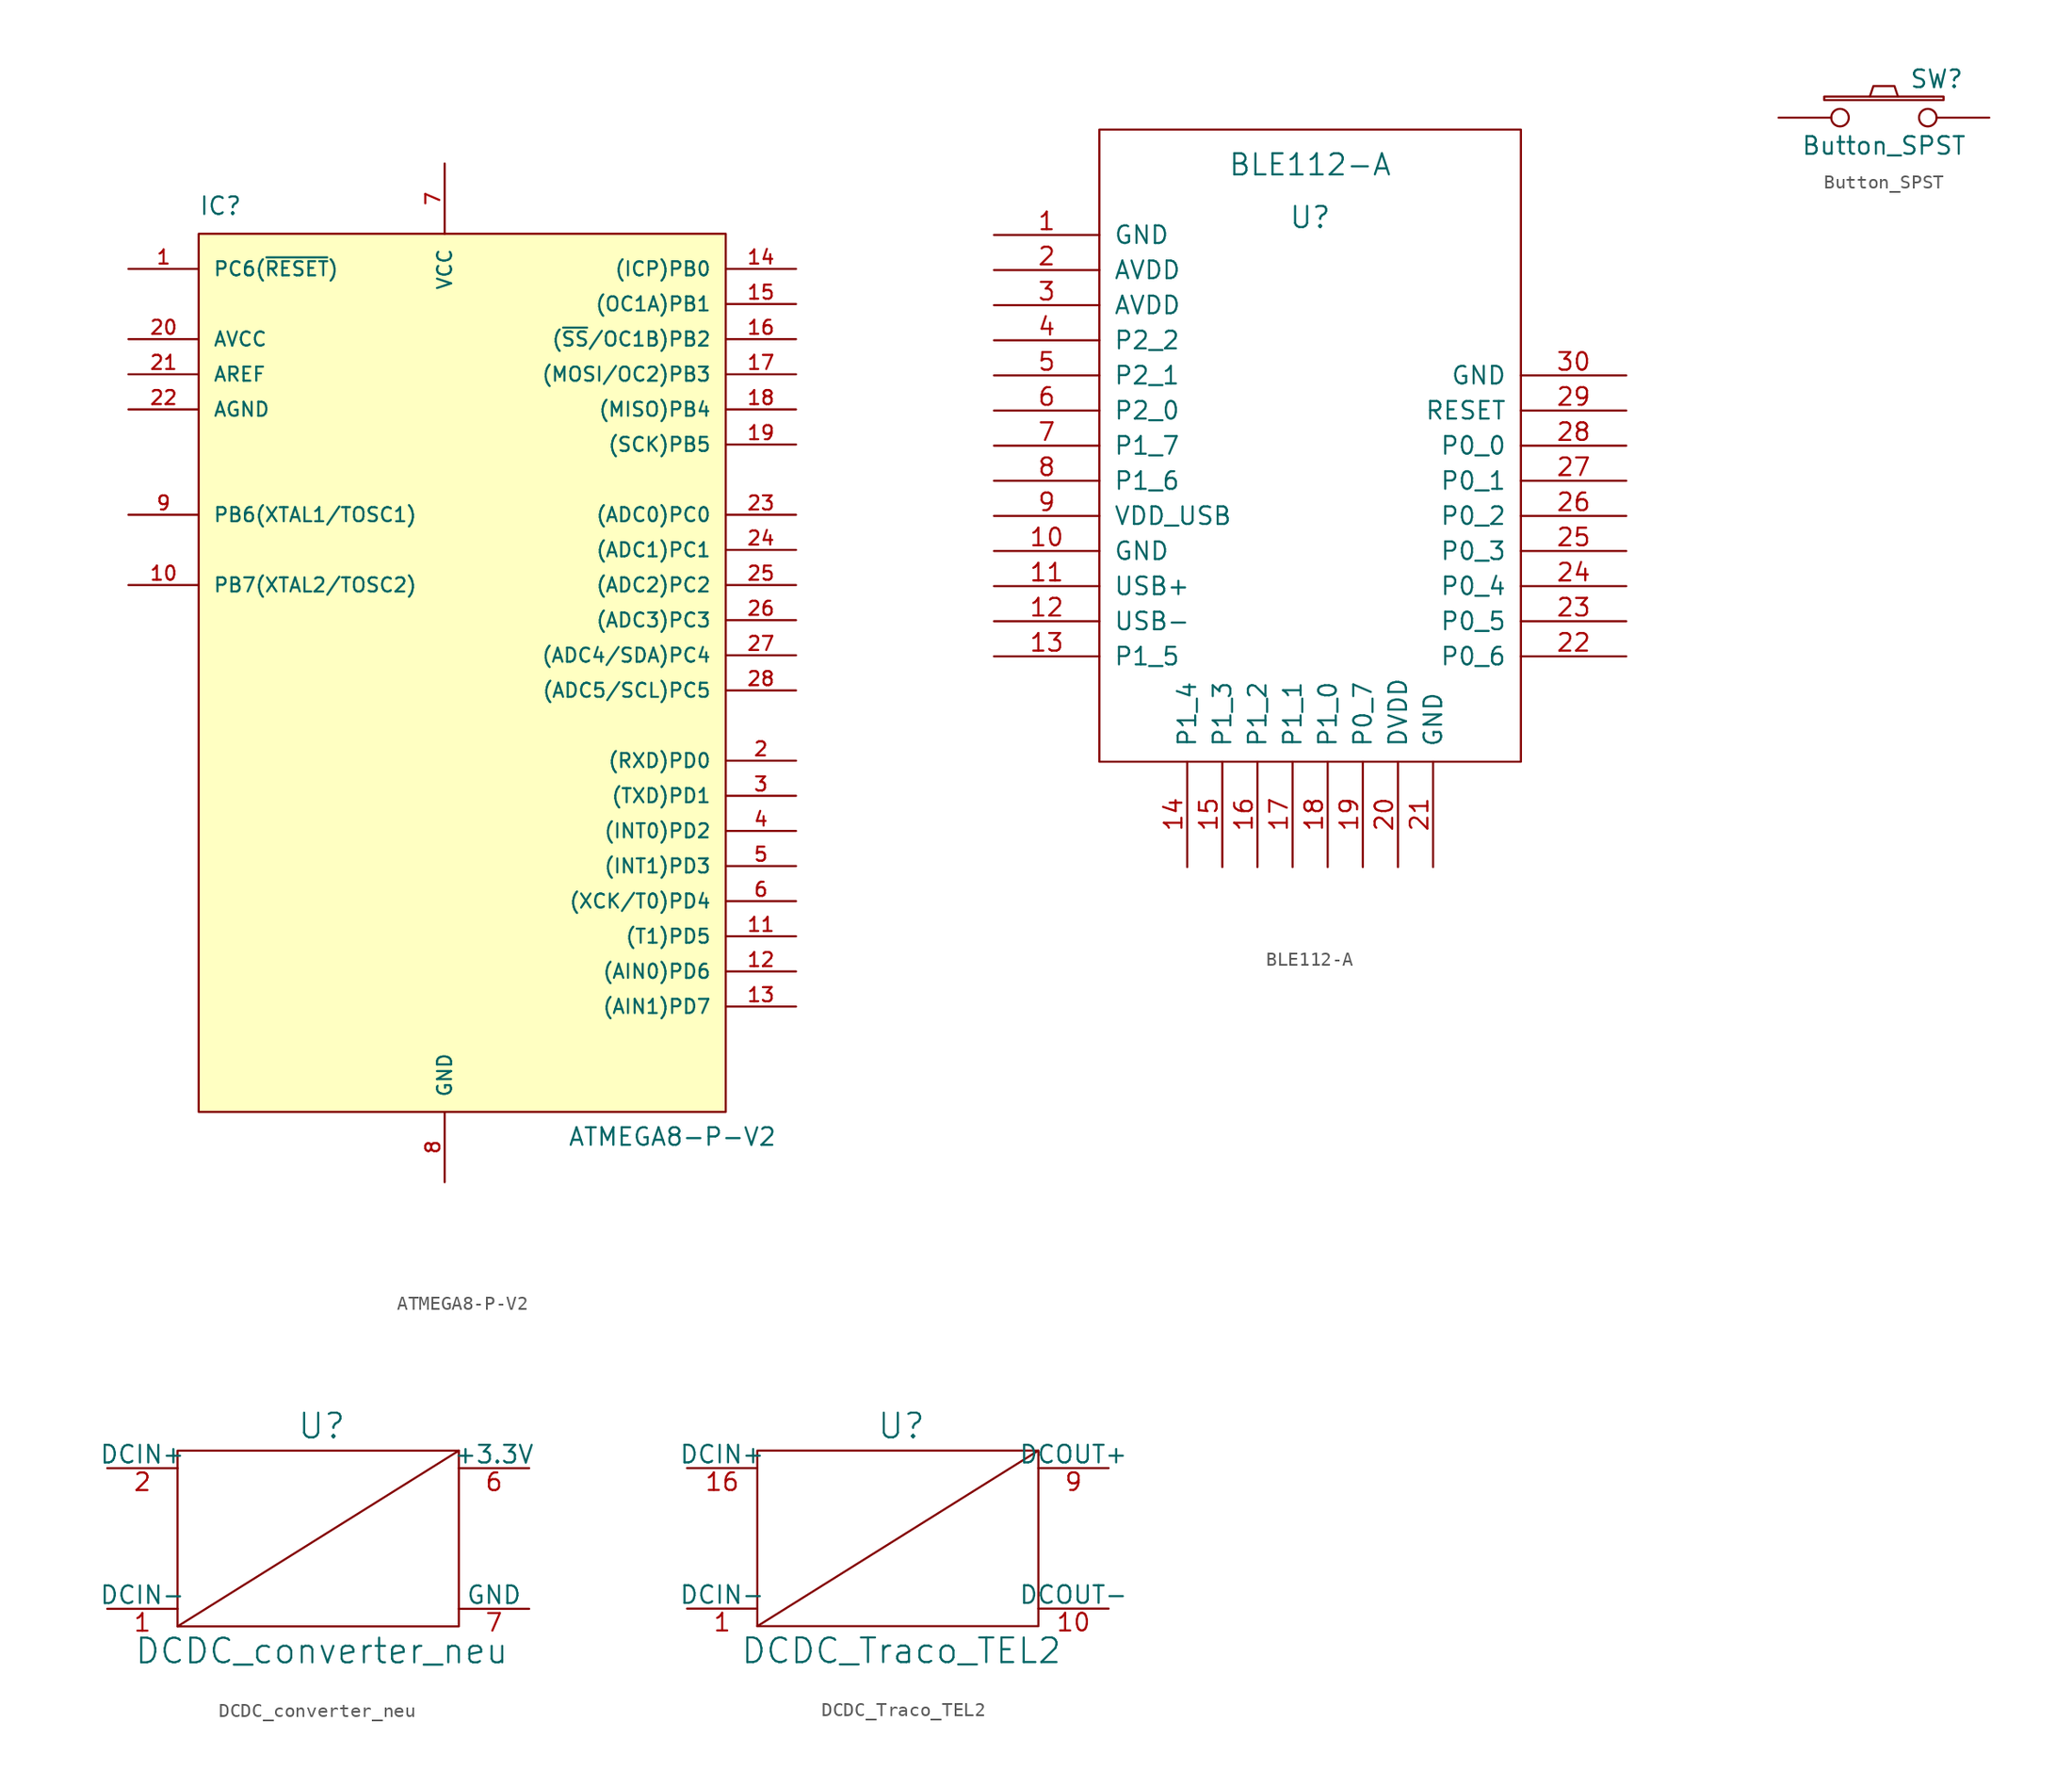
<source format=kicad_sym>
(kicad_symbol_lib
  (version 20220914)
  (generator kicad_symbol_editor)
  (symbol "ATMEGA8-P-V2"
    (pin_names
      (offset 1.016))
    (property "Reference" "IC"
      (at -17.78 31.75 0)
      (effects (font (size 1.27 1.27)) (justify left bottom)))
    (property "Value" "ATMEGA8-P-V2"
      (at 8.89 -35.56 0)
      (effects (font (size 1.27 1.27)) (justify left bottom)))
    (symbol "ATMEGA8-P-V2_0_1"
      (rectangle (start -17.78 30.48) (end 20.32 -33.02) (stroke (width 0) (type solid)) (fill (type background))))
    (symbol "ATMEGA8-P-V2_1_1"
      (pin bidirectional line (at -22.86 27.94 0) (length 5.08) (name "PC6(~{RESET})" (effects (font (size 1.016 1.016)))) (number "1" (effects (font (size 1.016 1.016)))))
      (pin bidirectional line (at -22.86 5.08 0) (length 5.08) (name "PB7(XTAL2/TOSC2)" (effects (font (size 1.016 1.016)))) (number "10" (effects (font (size 1.016 1.016)))))
      (pin bidirectional line (at 25.4 -20.32 180) (length 5.08) (name "(T1)PD5" (effects (font (size 1.016 1.016)))) (number "11" (effects (font (size 1.016 1.016)))))
      (pin bidirectional line (at 25.4 -22.86 180) (length 5.08) (name "(AIN0)PD6" (effects (font (size 1.016 1.016)))) (number "12" (effects (font (size 1.016 1.016)))))
      (pin bidirectional line (at 25.4 -25.4 180) (length 5.08) (name "(AIN1)PD7" (effects (font (size 1.016 1.016)))) (number "13" (effects (font (size 1.016 1.016)))))
      (pin bidirectional line (at 25.4 27.94 180) (length 5.08) (name "(ICP)PB0" (effects (font (size 1.016 1.016)))) (number "14" (effects (font (size 1.016 1.016)))))
      (pin bidirectional line (at 25.4 25.4 180) (length 5.08) (name "(OC1A)PB1" (effects (font (size 1.016 1.016)))) (number "15" (effects (font (size 1.016 1.016)))))
      (pin bidirectional line (at 25.4 22.86 180) (length 5.08) (name "(~{SS}/OC1B)PB2" (effects (font (size 1.016 1.016)))) (number "16" (effects (font (size 1.016 1.016)))))
      (pin bidirectional line (at 25.4 20.32 180) (length 5.08) (name "(MOSI/OC2)PB3" (effects (font (size 1.016 1.016)))) (number "17" (effects (font (size 1.016 1.016)))))
      (pin bidirectional line (at 25.4 17.78 180) (length 5.08) (name "(MISO)PB4" (effects (font (size 1.016 1.016)))) (number "18" (effects (font (size 1.016 1.016)))))
      (pin bidirectional line (at 25.4 15.24 180) (length 5.08) (name "(SCK)PB5" (effects (font (size 1.016 1.016)))) (number "19" (effects (font (size 1.016 1.016)))))
      (pin bidirectional line (at 25.4 -7.62 180) (length 5.08) (name "(RXD)PD0" (effects (font (size 1.016 1.016)))) (number "2" (effects (font (size 1.016 1.016)))))
      (pin power_in line (at -22.86 22.86 0) (length 5.08) (name "AVCC" (effects (font (size 1.016 1.016)))) (number "20" (effects (font (size 1.016 1.016)))))
      (pin bidirectional line (at -22.86 20.32 0) (length 5.08) (name "AREF" (effects (font (size 1.016 1.016)))) (number "21" (effects (font (size 1.016 1.016)))))
      (pin power_in line (at -22.86 17.78 0) (length 5.08) (name "AGND" (effects (font (size 1.016 1.016)))) (number "22" (effects (font (size 1.016 1.016)))))
      (pin bidirectional line (at 25.4 10.16 180) (length 5.08) (name "(ADC0)PC0" (effects (font (size 1.016 1.016)))) (number "23" (effects (font (size 1.016 1.016)))))
      (pin bidirectional line (at 25.4 7.62 180) (length 5.08) (name "(ADC1)PC1" (effects (font (size 1.016 1.016)))) (number "24" (effects (font (size 1.016 1.016)))))
      (pin bidirectional line (at 25.4 5.08 180) (length 5.08) (name "(ADC2)PC2" (effects (font (size 1.016 1.016)))) (number "25" (effects (font (size 1.016 1.016)))))
      (pin bidirectional line (at 25.4 2.54 180) (length 5.08) (name "(ADC3)PC3" (effects (font (size 1.016 1.016)))) (number "26" (effects (font (size 1.016 1.016)))))
      (pin bidirectional line (at 25.4 0 180) (length 5.08) (name "(ADC4/SDA)PC4" (effects (font (size 1.016 1.016)))) (number "27" (effects (font (size 1.016 1.016)))))
      (pin bidirectional line (at 25.4 -2.54 180) (length 5.08) (name "(ADC5/SCL)PC5" (effects (font (size 1.016 1.016)))) (number "28" (effects (font (size 1.016 1.016)))))
      (pin bidirectional line (at 25.4 -10.16 180) (length 5.08) (name "(TXD)PD1" (effects (font (size 1.016 1.016)))) (number "3" (effects (font (size 1.016 1.016)))))
      (pin bidirectional line (at 25.4 -12.7 180) (length 5.08) (name "(INT0)PD2" (effects (font (size 1.016 1.016)))) (number "4" (effects (font (size 1.016 1.016)))))
      (pin bidirectional line (at 25.4 -15.24 180) (length 5.08) (name "(INT1)PD3" (effects (font (size 1.016 1.016)))) (number "5" (effects (font (size 1.016 1.016)))))
      (pin bidirectional line (at 25.4 -17.78 180) (length 5.08) (name "(XCK/T0)PD4" (effects (font (size 1.016 1.016)))) (number "6" (effects (font (size 1.016 1.016)))))
      (pin power_in line (at 0 35.56 270) (length 5.08) (name "VCC" (effects (font (size 1.016 1.016)))) (number "7" (effects (font (size 1.016 1.016)))))
      (pin power_in line (at 0 -38.1 90) (length 5.08) (name "GND" (effects (font (size 1.016 1.016)))) (number "8" (effects (font (size 1.016 1.016)))))
      (pin bidirectional line (at -22.86 10.16 0) (length 5.08) (name "PB6(XTAL1/TOSC1)" (effects (font (size 1.016 1.016)))) (number "9" (effects (font (size 1.016 1.016)))))))
  (symbol "BLE112-A"
    (pin_names
      (offset 1.016))
    (property "Reference" "U"
      (at 0 17.78 0)
      (effects (font (size 1.524 1.524))))
    (property "Value" "BLE112-A"
      (at 0 21.59 0)
      (effects (font (size 1.524 1.524))))
    (symbol "BLE112-A_0_1"
      (rectangle (start -15.24 -21.59) (end 15.24 24.13) (stroke (width 0) (type solid)) (fill (type none))))
    (symbol "BLE112-A_1_1"
      (pin input line (at -22.86 16.51 0) (length 7.62) (name "GND" (effects (font (size 1.27 1.27)))) (number "1" (effects (font (size 1.27 1.27)))))
      (pin input line (at -22.86 -6.35 0) (length 7.62) (name "GND" (effects (font (size 1.27 1.27)))) (number "10" (effects (font (size 1.27 1.27)))))
      (pin input line (at -22.86 -8.89 0) (length 7.62) (name "USB+" (effects (font (size 1.27 1.27)))) (number "11" (effects (font (size 1.27 1.27)))))
      (pin input line (at -22.86 -11.43 0) (length 7.62) (name "USB-" (effects (font (size 1.27 1.27)))) (number "12" (effects (font (size 1.27 1.27)))))
      (pin input line (at -22.86 -13.97 0) (length 7.62) (name "P1_5" (effects (font (size 1.27 1.27)))) (number "13" (effects (font (size 1.27 1.27)))))
      (pin input line (at -8.89 -29.21 90) (length 7.62) (name "P1_4" (effects (font (size 1.27 1.27)))) (number "14" (effects (font (size 1.27 1.27)))))
      (pin input line (at -6.35 -29.21 90) (length 7.62) (name "P1_3" (effects (font (size 1.27 1.27)))) (number "15" (effects (font (size 1.27 1.27)))))
      (pin input line (at -3.81 -29.21 90) (length 7.62) (name "P1_2" (effects (font (size 1.27 1.27)))) (number "16" (effects (font (size 1.27 1.27)))))
      (pin input line (at -1.27 -29.21 90) (length 7.62) (name "P1_1" (effects (font (size 1.27 1.27)))) (number "17" (effects (font (size 1.27 1.27)))))
      (pin input line (at 1.27 -29.21 90) (length 7.62) (name "P1_0" (effects (font (size 1.27 1.27)))) (number "18" (effects (font (size 1.27 1.27)))))
      (pin input line (at 3.81 -29.21 90) (length 7.62) (name "P0_7" (effects (font (size 1.27 1.27)))) (number "19" (effects (font (size 1.27 1.27)))))
      (pin input line (at -22.86 13.97 0) (length 7.62) (name "AVDD" (effects (font (size 1.27 1.27)))) (number "2" (effects (font (size 1.27 1.27)))))
      (pin input line (at 6.35 -29.21 90) (length 7.62) (name "DVDD" (effects (font (size 1.27 1.27)))) (number "20" (effects (font (size 1.27 1.27)))))
      (pin input line (at 8.89 -29.21 90) (length 7.62) (name "GND" (effects (font (size 1.27 1.27)))) (number "21" (effects (font (size 1.27 1.27)))))
      (pin input line (at 22.86 -13.97 180) (length 7.62) (name "P0_6" (effects (font (size 1.27 1.27)))) (number "22" (effects (font (size 1.27 1.27)))))
      (pin input line (at 22.86 -11.43 180) (length 7.62) (name "P0_5" (effects (font (size 1.27 1.27)))) (number "23" (effects (font (size 1.27 1.27)))))
      (pin input line (at 22.86 -8.89 180) (length 7.62) (name "P0_4" (effects (font (size 1.27 1.27)))) (number "24" (effects (font (size 1.27 1.27)))))
      (pin input line (at 22.86 -6.35 180) (length 7.62) (name "P0_3" (effects (font (size 1.27 1.27)))) (number "25" (effects (font (size 1.27 1.27)))))
      (pin input line (at 22.86 -3.81 180) (length 7.62) (name "P0_2" (effects (font (size 1.27 1.27)))) (number "26" (effects (font (size 1.27 1.27)))))
      (pin input line (at 22.86 -1.27 180) (length 7.62) (name "P0_1" (effects (font (size 1.27 1.27)))) (number "27" (effects (font (size 1.27 1.27)))))
      (pin input line (at 22.86 1.27 180) (length 7.62) (name "P0_0" (effects (font (size 1.27 1.27)))) (number "28" (effects (font (size 1.27 1.27)))))
      (pin input line (at 22.86 3.81 180) (length 7.62) (name "RESET" (effects (font (size 1.27 1.27)))) (number "29" (effects (font (size 1.27 1.27)))))
      (pin input line (at -22.86 11.43 0) (length 7.62) (name "AVDD" (effects (font (size 1.27 1.27)))) (number "3" (effects (font (size 1.27 1.27)))))
      (pin input line (at 22.86 6.35 180) (length 7.62) (name "GND" (effects (font (size 1.27 1.27)))) (number "30" (effects (font (size 1.27 1.27)))))
      (pin input line (at -22.86 8.89 0) (length 7.62) (name "P2_2" (effects (font (size 1.27 1.27)))) (number "4" (effects (font (size 1.27 1.27)))))
      (pin input line (at -22.86 6.35 0) (length 7.62) (name "P2_1" (effects (font (size 1.27 1.27)))) (number "5" (effects (font (size 1.27 1.27)))))
      (pin input line (at -22.86 3.81 0) (length 7.62) (name "P2_0" (effects (font (size 1.27 1.27)))) (number "6" (effects (font (size 1.27 1.27)))))
      (pin input line (at -22.86 1.27 0) (length 7.62) (name "P1_7" (effects (font (size 1.27 1.27)))) (number "7" (effects (font (size 1.27 1.27)))))
      (pin input line (at -22.86 -1.27 0) (length 7.62) (name "P1_6" (effects (font (size 1.27 1.27)))) (number "8" (effects (font (size 1.27 1.27)))))
      (pin input line (at -22.86 -3.81 0) (length 7.62) (name "VDD_USB" (effects (font (size 1.27 1.27)))) (number "9" (effects (font (size 1.27 1.27)))))))
  (symbol "Button_SPST"
    (pin_numbers hide)
    (pin_names
      (offset 1.016) hide)
    (property "Reference" "SW"
      (at 3.81 2.794 0)
      (effects (font (size 1.27 1.27))))
    (property "Value" "Button_SPST"
      (at 0 -2.032 0)
      (effects (font (size 1.27 1.27))))
    (symbol "Button_SPST_0_1"
      (rectangle (start -4.318 1.27) (end 4.318 1.524) (stroke (width 0) (type solid)) (fill (type none)))
      (polyline (pts (xy -1.016 1.524) (xy -0.762 2.286) (xy 0.762 2.286) (xy 1.016 1.524)) (stroke (width 0) (type solid)) (fill (type none)))
      (pin passive inverted (at -7.62 0 0) (length 5.08) (name "1" (effects (font (size 1.524 1.524)))) (number "1" (effects (font (size 1.524 1.524)))))
      (pin passive inverted (at 7.62 0 180) (length 5.08) (name "2" (effects (font (size 1.524 1.524)))) (number "2" (effects (font (size 1.524 1.524)))))))
  (symbol "DCDC_converter_neu"
    (pin_names
      (offset 0))
    (property "Reference" "U"
      (at 0.254 8.128 0)
      (effects (font (size 1.778 1.778))))
    (property "Value" "DCDC_converter_neu"
      (at 0.254 -8.128 0)
      (effects (font (size 1.778 1.778))))
    (symbol "DCDC_converter_neu_0_0"
      (polyline (pts (xy -10.16 -6.35) (xy 10.16 6.35)) (stroke (width 0) (type solid)) (fill (type none))))
    (symbol "DCDC_converter_neu_0_1"
      (rectangle (start -10.16 6.35) (end 10.16 -6.35) (stroke (width 0) (type solid)) (fill (type none))))
    (symbol "DCDC_converter_neu_1_1"
      (pin power_in line (at -15.24 -5.08 0) (length 5.08) (name "DCIN-" (effects (font (size 1.27 1.27)))) (number "1" (effects (font (size 1.27 1.27)))))
      (pin power_in line (at -15.24 5.08 0) (length 5.08) (name "DCIN+" (effects (font (size 1.27 1.27)))) (number "2" (effects (font (size 1.27 1.27)))))
      (pin power_out line (at 15.24 5.08 180) (length 5.08) (name "+3.3V" (effects (font (size 1.27 1.27)))) (number "6" (effects (font (size 1.27 1.27)))))
      (pin power_out line (at 15.24 -5.08 180) (length 5.08) (name "GND" (effects (font (size 1.27 1.27)))) (number "7" (effects (font (size 1.27 1.27)))))))
  (symbol "DCDC_Traco_TEL2"
    (pin_names
      (offset 0))
    (property "Reference" "U"
      (at 0.254 8.128 0)
      (effects (font (size 1.778 1.778))))
    (property "Value" "DCDC_Traco_TEL2"
      (at 0.254 -8.128 0)
      (effects (font (size 1.778 1.778))))
    (symbol "DCDC_Traco_TEL2_0_0"
      (polyline (pts (xy -10.16 -6.35) (xy 10.16 6.35)) (stroke (width 0) (type solid)) (fill (type none))))
    (symbol "DCDC_Traco_TEL2_0_1"
      (rectangle (start -10.16 6.35) (end 10.16 -6.35) (stroke (width 0) (type solid)) (fill (type none))))
    (symbol "DCDC_Traco_TEL2_1_1"
      (pin power_in line (at -15.24 -5.08 0) (length 5.08) (name "DCIN-" (effects (font (size 1.27 1.27)))) (number "1" (effects (font (size 1.27 1.27)))))
      (pin power_out line (at 15.24 -5.08 180) (length 5.08) (name "DCOUT-" (effects (font (size 1.27 1.27)))) (number "10" (effects (font (size 1.27 1.27)))))
      (pin power_in line (at -15.24 5.08 0) (length 5.08) (name "DCIN+" (effects (font (size 1.27 1.27)))) (number "16" (effects (font (size 1.27 1.27)))))
      (pin power_out line (at 15.24 5.08 180) (length 5.08) (name "DCOUT+" (effects (font (size 1.27 1.27)))) (number "9" (effects (font (size 1.27 1.27))))))))
</source>
